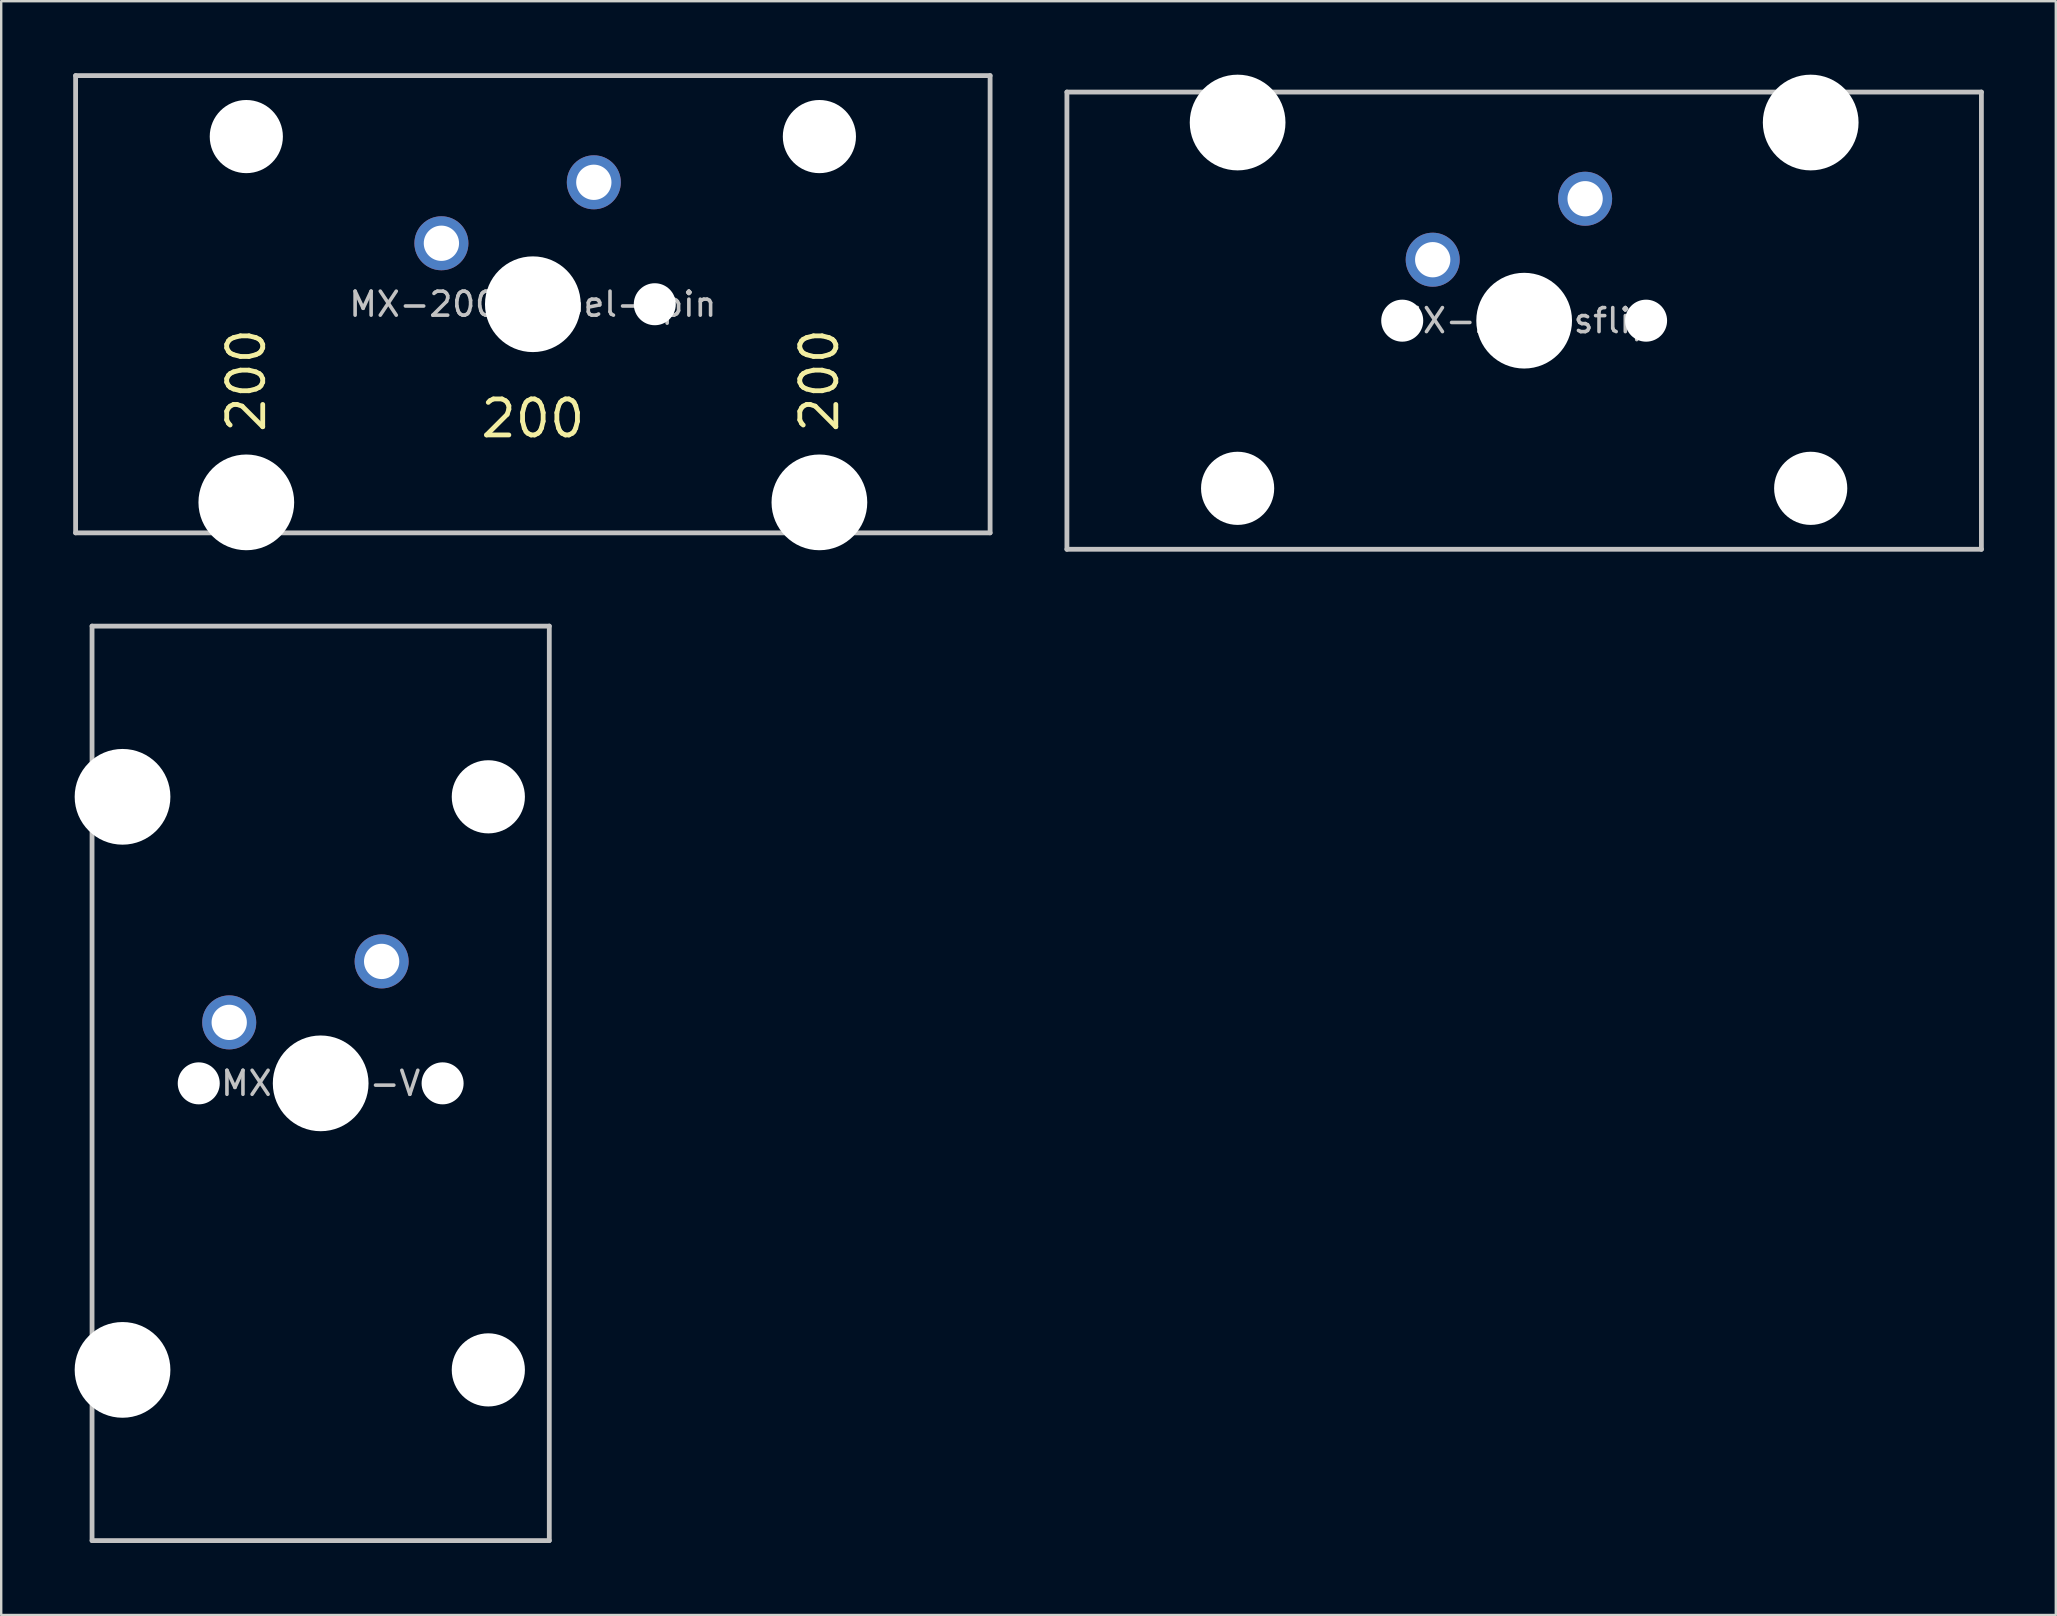
<source format=kicad_pcb>
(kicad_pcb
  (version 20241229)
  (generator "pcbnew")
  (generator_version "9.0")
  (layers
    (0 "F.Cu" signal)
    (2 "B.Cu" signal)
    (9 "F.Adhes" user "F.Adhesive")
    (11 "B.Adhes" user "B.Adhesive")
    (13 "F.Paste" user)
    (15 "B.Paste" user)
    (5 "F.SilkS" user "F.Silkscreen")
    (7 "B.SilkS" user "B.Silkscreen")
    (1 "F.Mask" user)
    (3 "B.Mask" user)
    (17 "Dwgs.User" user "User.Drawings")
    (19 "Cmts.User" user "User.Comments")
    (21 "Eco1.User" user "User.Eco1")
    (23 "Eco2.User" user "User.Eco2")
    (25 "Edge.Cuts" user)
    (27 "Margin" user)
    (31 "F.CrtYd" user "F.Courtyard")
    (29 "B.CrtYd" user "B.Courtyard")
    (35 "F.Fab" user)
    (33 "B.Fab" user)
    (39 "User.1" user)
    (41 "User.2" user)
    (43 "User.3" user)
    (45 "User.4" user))
  (footprint "MX-200-label-rpin"
    (layer "F.Cu")
    (at 19.15 9.625)
    (property "Reference" "MX-200-label-rpin" (at 0 0 0) (layer "Dwgs.User") (effects (font (size 1 1) (thickness 0.15))))
    (attr through_hole)
    (fp_line (start -19.05 9.525) (end -19.05 -9.525) (stroke (width 0.2) (type solid)) (layer "Dwgs.User"))
    (fp_line (start 19.05 -9.525) (end -19.05 -9.525) (stroke (width 0.2) (type solid)) (layer "Dwgs.User"))
    (fp_line (start 19.05 -9.525) (end 19.05 9.525) (stroke (width 0.2) (type solid)) (layer "Dwgs.User"))
    (fp_line (start 19.05 9.525) (end -19.05 9.525) (stroke (width 0.2) (type solid)) (layer "Dwgs.User"))
    (fp_line (start -15.368 -8.95) (end -15.368 10.25) (stroke (width 0.12) (type solid)) (layer "Eco1.User"))
    (fp_line (start -15.368 10.25) (end 15.368 10.25) (stroke (width 0.12) (type solid)) (layer "Eco1.User"))
    (fp_line (start -8.508 -8.95) (end -15.368 -8.95) (stroke (width 0.12) (type solid)) (layer "Eco1.User"))
    (fp_line (start -8.508 7) (end -8.508 -8.95) (stroke (width 0.12) (type solid)) (layer "Eco1.User"))
    (fp_line (start -7 -7) (end -7 7) (stroke (width 0.12) (type solid)) (layer "Eco1.User"))
    (fp_line (start -7 -7) (end 7 -7) (stroke (width 0.12) (type solid)) (layer "Eco1.User"))
    (fp_line (start -7 7) (end -8.508 7) (stroke (width 0.12) (type solid)) (layer "Eco1.User"))
    (fp_line (start 7 -7) (end 7 7) (stroke (width 0.12) (type solid)) (layer "Eco1.User"))
    (fp_line (start 8.508 -8.95) (end 8.508 7) (stroke (width 0.12) (type solid)) (layer "Eco1.User"))
    (fp_line (start 8.508 7) (end 7 7) (stroke (width 0.12) (type solid)) (layer "Eco1.User"))
    (fp_line (start 15.368 -8.95) (end 8.508 -8.95) (stroke (width 0.12) (type solid)) (layer "Eco1.User"))
    (fp_line (start 15.368 10.25) (end 15.368 -8.95) (stroke (width 0.12) (type solid)) (layer "Eco1.User"))
    (fp_circle (center -11.938 -6.985) (end -9.438 -6.985) (stroke (width 0.12) (type solid)) (fill no) (layer "Eco2.User"))
    (fp_circle (center 11.938 -6.985) (end 14.438 -6.985) (stroke (width 0.12) (type solid)) (fill no) (layer "Eco2.User"))
    (fp_text user "200" (at 11.938 3.175 90) (layer "F.SilkS") (effects (font (size 1.5 1.5) (thickness 0.2))))
    (fp_text user "200" (at -11.938 3.175 90) (layer "F.SilkS") (effects (font (size 1.5 1.5) (thickness 0.2))))
    (fp_text user "200" (at 0 4.763 0) (layer "F.SilkS") (effects (font (size 1.5 1.5) (thickness 0.2))))
    (pad "" np_thru_hole circle (at -11.938 -6.985) (size 3.048 3.048) (drill 3.048) (layers "*.Cu" "*.Mask"))
    (pad "" np_thru_hole circle (at -11.938 8.255) (size 3.988 3.988) (drill 3.988) (layers "*.Cu" "*.Mask"))
    (pad "" np_thru_hole circle (at 0 0) (size 3.988 3.988) (drill 3.988) (layers "*.Cu" "*.Mask"))
    (pad "" np_thru_hole circle (at 5.08 0) (size 1.75 1.75) (drill 1.75) (layers "*.Cu" "*.Mask"))
    (pad "" np_thru_hole circle (at 11.938 -6.985) (size 3.048 3.048) (drill 3.048) (layers "*.Cu" "*.Mask"))
    (pad "" np_thru_hole circle (at 11.938 8.255) (size 3.988 3.988) (drill 3.988) (layers "*.Cu" "*.Mask"))
    (pad "1" thru_hole circle (at 2.54 -5.08) (size 2.25 2.25) (drill 1.47) (layers "*.Cu" "B.Mask"))
    (pad "2" thru_hole circle (at -3.81 -2.54) (size 2.25 2.25) (drill 1.47) (layers "*.Cu" "B.Mask")))
  (footprint "MX-200-V"
    (layer "F.Cu")
    (at 10.31 42.085)
    (property "Reference" "MX-200-V" (at 0 0 0) (layer "Dwgs.User") (effects (font (size 1 1) (thickness 0.15))))
    (attr through_hole)
    (fp_line (start -9.525 -19.05) (end 9.525 -19.05) (stroke (width 0.2) (type solid)) (layer "Dwgs.User"))
    (fp_line (start -9.525 19.05) (end -9.525 -19.05) (stroke (width 0.2) (type solid)) (layer "Dwgs.User"))
    (fp_line (start 9.525 19.05) (end -9.525 19.05) (stroke (width 0.2) (type solid)) (layer "Dwgs.User"))
    (fp_line (start 9.525 19.05) (end 9.525 -19.05) (stroke (width 0.2) (type solid)) (layer "Dwgs.User"))
    (fp_line (start -10.25 -15.368) (end -10.25 15.368) (stroke (width 0.12) (type solid)) (layer "Eco1.User"))
    (fp_line (start -10.25 15.368) (end 8.95 15.368) (stroke (width 0.12) (type solid)) (layer "Eco1.User"))
    (fp_line (start -7 -8.508) (end 8.95 -8.508) (stroke (width 0.12) (type solid)) (layer "Eco1.User"))
    (fp_line (start -7 -7) (end -7 -8.508) (stroke (width 0.12) (type solid)) (layer "Eco1.User"))
    (fp_line (start -7 8.508) (end -7 7) (stroke (width 0.12) (type solid)) (layer "Eco1.User"))
    (fp_line (start 7 -7) (end -7 -7) (stroke (width 0.12) (type solid)) (layer "Eco1.User"))
    (fp_line (start 7 -7) (end 7 7) (stroke (width 0.12) (type solid)) (layer "Eco1.User"))
    (fp_line (start 7 7) (end -7 7) (stroke (width 0.12) (type solid)) (layer "Eco1.User"))
    (fp_line (start 8.95 -15.368) (end -10.25 -15.368) (stroke (width 0.12) (type solid)) (layer "Eco1.User"))
    (fp_line (start 8.95 -8.508) (end 8.95 -15.368) (stroke (width 0.12) (type solid)) (layer "Eco1.User"))
    (fp_line (start 8.95 8.508) (end -7 8.508) (stroke (width 0.12) (type solid)) (layer "Eco1.User"))
    (fp_line (start 8.95 15.368) (end 8.95 8.508) (stroke (width 0.12) (type solid)) (layer "Eco1.User"))
    (fp_circle (center 6.985 -11.938) (end 6.985 -9.438) (stroke (width 0.12) (type solid)) (fill no) (layer "Eco2.User"))
    (fp_circle (center 6.985 11.938) (end 6.985 14.438) (stroke (width 0.12) (type solid)) (fill no) (layer "Eco2.User"))
    (pad "" np_thru_hole circle (at -8.255 -11.938 270) (size 3.988 3.988) (drill 3.988) (layers "*.Cu" "*.Mask"))
    (pad "" np_thru_hole circle (at -8.255 11.938 270) (size 3.988 3.988) (drill 3.988) (layers "*.Cu" "*.Mask"))
    (pad "" np_thru_hole circle (at -5.08 0) (size 1.75 1.75) (drill 1.75) (layers "*.Cu" "*.Mask"))
    (pad "" np_thru_hole circle (at 0 0) (size 3.988 3.988) (drill 3.988) (layers "*.Cu" "*.Mask"))
    (pad "" np_thru_hole circle (at 5.08 0) (size 1.75 1.75) (drill 1.75) (layers "*.Cu" "*.Mask"))
    (pad "" np_thru_hole circle (at 6.985 -11.938 270) (size 3.048 3.048) (drill 3.048) (layers "*.Cu" "*.Mask"))
    (pad "" np_thru_hole circle (at 6.985 11.938 270) (size 3.048 3.048) (drill 3.048) (layers "*.Cu" "*.Mask"))
    (pad "1" thru_hole circle (at 2.54 -5.08) (size 2.25 2.25) (drill 1.47) (layers "*.Cu" "B.Mask"))
    (pad "2" thru_hole circle (at -3.81 -2.54) (size 2.25 2.25) (drill 1.47) (layers "*.Cu" "B.Mask")))
  (footprint "MX-200-sflip"
    (layer "F.Cu")
    (at 60.45 10.31)
    (property "Reference" "MX-200-sflip" (at 0 0 0) (layer "Dwgs.User") (effects (font (size 1 1) (thickness 0.15))))
    (attr through_hole)
    (fp_line (start -19.05 -9.525) (end 19.05 -9.525) (stroke (width 0.2) (type solid)) (layer "Dwgs.User"))
    (fp_line (start -19.05 9.525) (end -19.05 -9.525) (stroke (width 0.2) (type solid)) (layer "Dwgs.User"))
    (fp_line (start -19.05 9.525) (end 19.05 9.525) (stroke (width 0.2) (type solid)) (layer "Dwgs.User"))
    (fp_line (start 19.05 -9.525) (end 19.05 9.525) (stroke (width 0.2) (type solid)) (layer "Dwgs.User"))
    (fp_line (start -15.368 -10.25) (end -15.368 8.95) (stroke (width 0.12) (type solid)) (layer "Eco1.User"))
    (fp_line (start -15.368 8.95) (end -8.508 8.95) (stroke (width 0.12) (type solid)) (layer "Eco1.User"))
    (fp_line (start -8.508 -7) (end -7 -7) (stroke (width 0.12) (type solid)) (layer "Eco1.User"))
    (fp_line (start -8.508 8.95) (end -8.508 -7) (stroke (width 0.12) (type solid)) (layer "Eco1.User"))
    (fp_line (start -7 7) (end -7 -7) (stroke (width 0.12) (type solid)) (layer "Eco1.User"))
    (fp_line (start 7 -7) (end 8.508 -7) (stroke (width 0.12) (type solid)) (layer "Eco1.User"))
    (fp_line (start 7 7) (end -7 7) (stroke (width 0.12) (type solid)) (layer "Eco1.User"))
    (fp_line (start 7 7) (end 7 -7) (stroke (width 0.12) (type solid)) (layer "Eco1.User"))
    (fp_line (start 8.508 -7) (end 8.508 8.95) (stroke (width 0.12) (type solid)) (layer "Eco1.User"))
    (fp_line (start 8.508 8.95) (end 15.368 8.95) (stroke (width 0.12) (type solid)) (layer "Eco1.User"))
    (fp_line (start 15.368 -10.25) (end -15.368 -10.25) (stroke (width 0.12) (type solid)) (layer "Eco1.User"))
    (fp_line (start 15.368 8.95) (end 15.368 -10.25) (stroke (width 0.12) (type solid)) (layer "Eco1.User"))
    (fp_circle (center -11.938 6.985) (end -14.438 6.985) (stroke (width 0.12) (type solid)) (fill no) (layer "Eco2.User"))
    (fp_circle (center 11.938 6.985) (end 9.438 6.985) (stroke (width 0.12) (type solid)) (fill no) (layer "Eco2.User"))
    (pad "" np_thru_hole circle (at -11.938 -8.255 180) (size 3.988 3.988) (drill 3.988) (layers "*.Cu" "*.Mask"))
    (pad "" np_thru_hole circle (at -11.938 6.985 180) (size 3.048 3.048) (drill 3.048) (layers "*.Cu" "*.Mask"))
    (pad "" np_thru_hole circle (at -5.08 0) (size 1.75 1.75) (drill 1.75) (layers "*.Cu" "*.Mask"))
    (pad "" np_thru_hole circle (at 0 0) (size 3.988 3.988) (drill 3.988) (layers "*.Cu" "*.Mask"))
    (pad "" np_thru_hole circle (at 5.08 0) (size 1.75 1.75) (drill 1.75) (layers "*.Cu" "*.Mask"))
    (pad "" np_thru_hole circle (at 11.938 -8.255 180) (size 3.988 3.988) (drill 3.988) (layers "*.Cu" "*.Mask"))
    (pad "" np_thru_hole circle (at 11.938 6.985 180) (size 3.048 3.048) (drill 3.048) (layers "*.Cu" "*.Mask"))
    (pad "1" thru_hole circle (at 2.54 -5.08) (size 2.25 2.25) (drill 1.47) (layers "*.Cu" "B.Mask"))
    (pad "2" thru_hole circle (at -3.81 -2.54) (size 2.25 2.25) (drill 1.47) (layers "*.Cu" "B.Mask")))
  (gr_rect
    (start -3 -3)
    (end 82.6 64.235)
    (stroke (width 0.1) (type default))
    (fill no)
    (layer "Edge.Cuts")))
</source>
